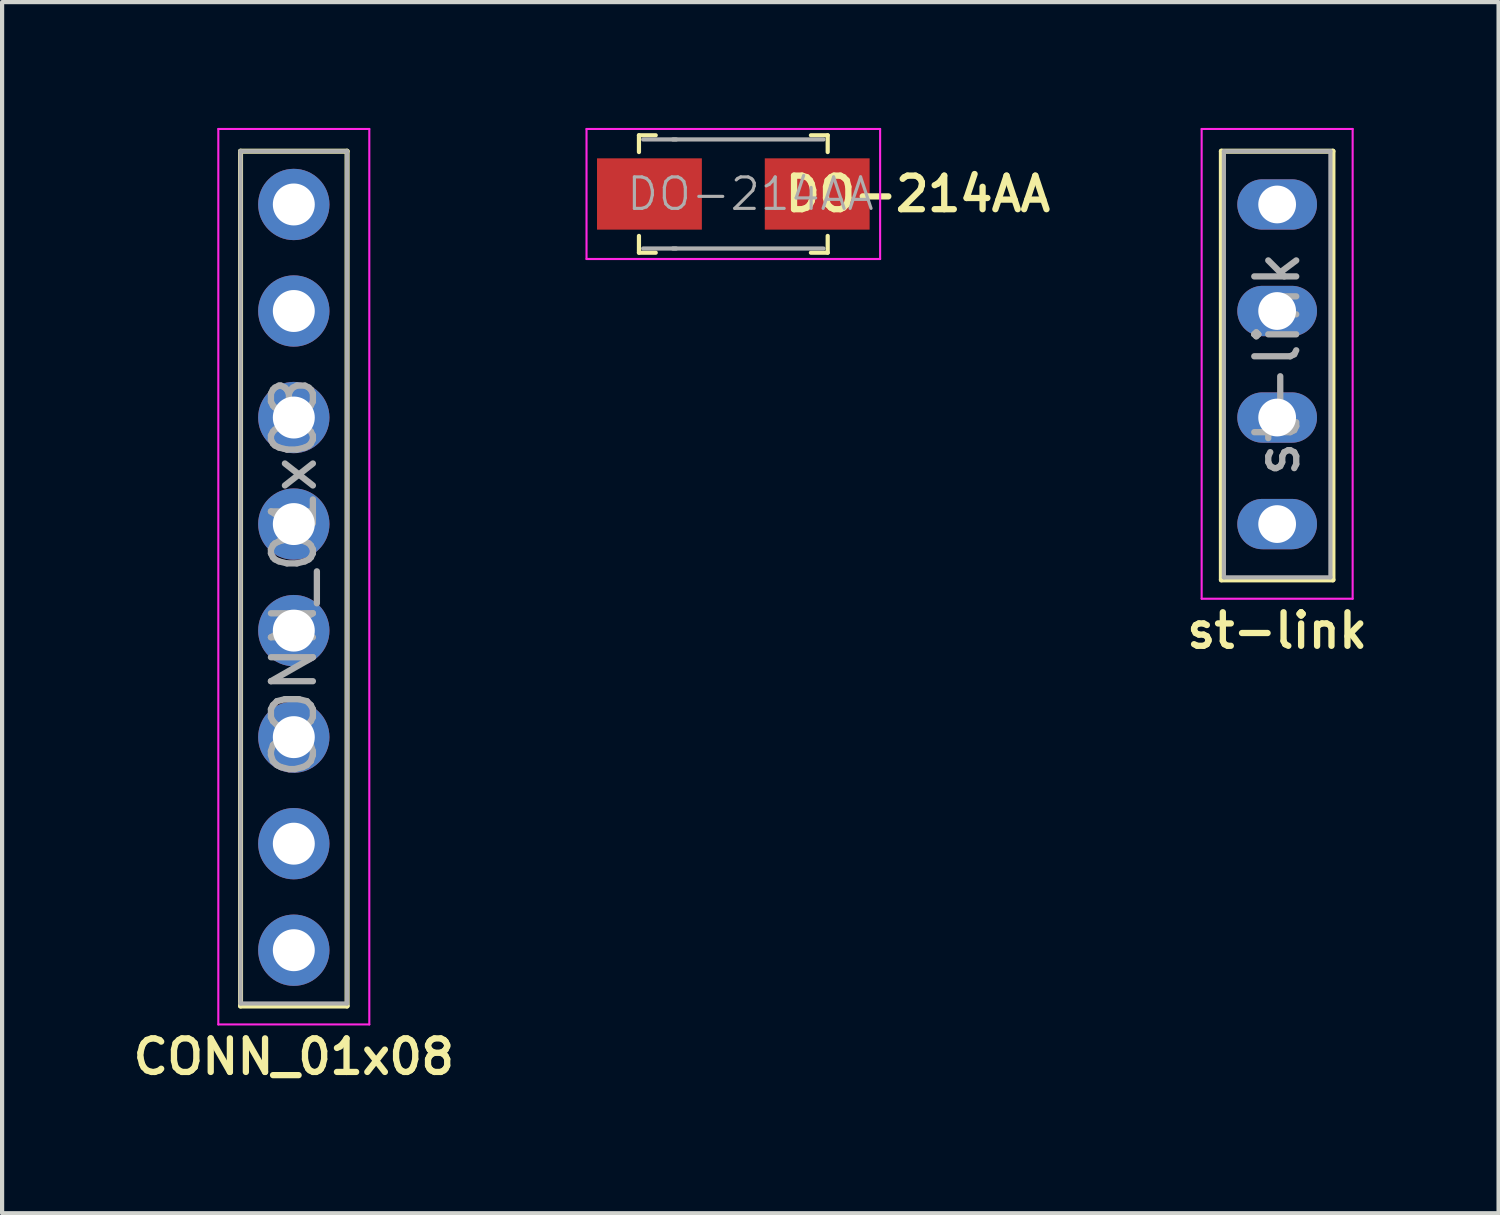
<source format=kicad_pcb>
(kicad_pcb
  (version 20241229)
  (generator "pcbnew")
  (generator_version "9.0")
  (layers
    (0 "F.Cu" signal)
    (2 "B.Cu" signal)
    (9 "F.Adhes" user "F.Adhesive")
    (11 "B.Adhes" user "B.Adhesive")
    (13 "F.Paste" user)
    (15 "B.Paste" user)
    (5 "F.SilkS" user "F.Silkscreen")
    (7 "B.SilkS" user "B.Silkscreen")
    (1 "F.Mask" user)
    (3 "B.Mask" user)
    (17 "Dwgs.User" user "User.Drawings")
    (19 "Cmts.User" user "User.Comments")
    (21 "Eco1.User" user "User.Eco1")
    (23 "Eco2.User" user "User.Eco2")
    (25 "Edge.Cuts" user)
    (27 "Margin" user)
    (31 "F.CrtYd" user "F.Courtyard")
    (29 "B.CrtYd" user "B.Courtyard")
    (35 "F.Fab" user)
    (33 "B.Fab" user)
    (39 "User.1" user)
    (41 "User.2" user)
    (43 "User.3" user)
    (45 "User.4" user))
  (footprint "CONN_01x08"
    (layer "F.Cu")
    (at 3.955 1.825)
    (property "Reference" "CONN_01x08" (at 0 20.32 0) (layer "F.SilkS") (effects (font (size 0.8 0.8) (thickness 0.15))))
    (attr through_hole)
    (fp_line (start -1.27 -1.27) (end -1.27 19.11) (stroke (width 0.12) (type solid)) (layer "F.SilkS"))
    (fp_line (start -1.27 -1.27) (end 1.27 -1.27) (stroke (width 0.12) (type solid)) (layer "F.SilkS"))
    (fp_line (start -1.27 19.11) (end 1.27 19.11) (stroke (width 0.12) (type solid)) (layer "F.SilkS"))
    (fp_line (start 1.27 -1.27) (end 1.27 19.11) (stroke (width 0.12) (type solid)) (layer "F.SilkS"))
    (fp_line (start -1.8 -1.8) (end -1.8 19.55) (stroke (width 0.05) (type solid)) (layer "F.CrtYd"))
    (fp_line (start -1.8 19.55) (end 1.8 19.55) (stroke (width 0.05) (type solid)) (layer "F.CrtYd"))
    (fp_line (start 1.8 -1.8) (end -1.8 -1.8) (stroke (width 0.05) (type solid)) (layer "F.CrtYd"))
    (fp_line (start 1.8 19.55) (end 1.8 -1.8) (stroke (width 0.05) (type solid)) (layer "F.CrtYd"))
    (fp_line (start -1.27 -1.27) (end 1.27 -1.27) (stroke (width 0.1) (type solid)) (layer "F.Fab"))
    (fp_line (start -1.27 19.05) (end -1.27 -1.27) (stroke (width 0.1) (type solid)) (layer "F.Fab"))
    (fp_line (start 1.27 -1.27) (end 1.27 19.05) (stroke (width 0.1) (type solid)) (layer "F.Fab"))
    (fp_line (start 1.27 19.05) (end -1.27 19.05) (stroke (width 0.1) (type solid)) (layer "F.Fab"))
    (fp_text user "${REFERENCE}" (at 0 8.89 90) (layer "F.Fab") (effects (font (size 1 1) (thickness 0.15))))
    (pad "1" thru_hole oval (at 0 0) (size 1.7 1.7) (drill 1) (layers "*.Cu" "*.Mask"))
    (pad "2" thru_hole oval (at 0 2.54) (size 1.7 1.7) (drill 1) (layers "*.Cu" "*.Mask"))
    (pad "3" thru_hole oval (at 0 5.08) (size 1.7 1.7) (drill 1) (layers "*.Cu" "*.Mask"))
    (pad "4" thru_hole oval (at 0 7.62) (size 1.7 1.7) (drill 1) (layers "*.Cu" "*.Mask"))
    (pad "5" thru_hole oval (at 0 10.16) (size 1.7 1.7) (drill 1) (layers "*.Cu" "*.Mask"))
    (pad "6" thru_hole oval (at 0 12.7) (size 1.7 1.7) (drill 1) (layers "*.Cu" "*.Mask"))
    (pad "7" thru_hole oval (at 0 15.24) (size 1.7 1.7) (drill 1) (layers "*.Cu" "*.Mask"))
    (pad "8" thru_hole oval (at 0 17.78) (size 1.7 1.7) (drill 1) (layers "*.Cu" "*.Mask")))
  (footprint "DO-214AA"
    (layer "F.Cu")
    (at 14.434 1.575)
    (property "Reference" "DO-214AA" (at 4.4 0 0) (layer "F.SilkS") (effects (font (size 0.8 0.8) (thickness 0.15))))
    (attr smd)
    (fp_line (start -2.25 -1.4) (end -2.25 -1) (stroke (width 0.1) (type solid)) (layer "F.SilkS"))
    (fp_line (start -2.25 -1.4) (end -1.85 -1.4) (stroke (width 0.1) (type solid)) (layer "F.SilkS"))
    (fp_line (start -2.25 1.4) (end -2.25 1) (stroke (width 0.1) (type solid)) (layer "F.SilkS"))
    (fp_line (start -2.25 1.4) (end -1.85 1.4) (stroke (width 0.1) (type solid)) (layer "F.SilkS"))
    (fp_line (start 2.25 -1.4) (end 1.85 -1.4) (stroke (width 0.1) (type solid)) (layer "F.SilkS"))
    (fp_line (start 2.25 -1.4) (end 2.25 -1) (stroke (width 0.1) (type solid)) (layer "F.SilkS"))
    (fp_line (start 2.25 1.4) (end 1.85 1.4) (stroke (width 0.1) (type solid)) (layer "F.SilkS"))
    (fp_line (start 2.25 1.4) (end 2.25 1) (stroke (width 0.1) (type solid)) (layer "F.SilkS"))
    (fp_line (start -3.5 -1.55) (end -3.5 1.55) (stroke (width 0.05) (type solid)) (layer "F.CrtYd"))
    (fp_line (start -3.5 -1.55) (end 3.5 -1.55) (stroke (width 0.05) (type solid)) (layer "F.CrtYd"))
    (fp_line (start -3.5 1.55) (end 3.5 1.55) (stroke (width 0.05) (type solid)) (layer "F.CrtYd"))
    (fp_line (start 3.5 -1.55) (end 3.5 1.55) (stroke (width 0.05) (type solid)) (layer "F.CrtYd"))
    (fp_line (start -2.15 -1.3) (end 2.15 -1.3) (stroke (width 0.1) (type solid)) (layer "F.Fab"))
    (fp_line (start -2.15 1.3) (end 2.15 1.3) (stroke (width 0.1) (type solid)) (layer "F.Fab"))
    (fp_line (start -1.44 1.3) (end -1.364 1.3) (stroke (width 0.1) (type solid)) (layer "F.Fab"))
    (fp_line (start -1.361 -1.3) (end -1.44 -1.3) (stroke (width 0.1) (type solid)) (layer "F.Fab"))
    (fp_text user "${REFERENCE}" (at 0.409 0 0) (layer "F.Fab") (effects (font (size 0.75 0.75) (thickness 0.075))))
    (pad "A" smd rect (at 2 0) (size 2.5 1.7) (layers "F.Cu" "F.Mask" "F.Paste"))
    (pad "K" smd rect (at -2 0) (size 2.5 1.7) (layers "F.Cu" "F.Mask" "F.Paste")))
  (footprint "st-link"
    (layer "F.Cu")
    (at 27.4 1.825)
    (property "Reference" "st-link" (at 0 10.16 0) (layer "F.SilkS") (effects (font (size 0.8 0.8) (thickness 0.15))))
    (attr through_hole)
    (fp_line (start -1.33 -1.27) (end -1.33 8.95) (stroke (width 0.12) (type solid)) (layer "F.SilkS"))
    (fp_line (start -1.33 -1.27) (end 1.33 -1.27) (stroke (width 0.12) (type solid)) (layer "F.SilkS"))
    (fp_line (start -1.33 8.95) (end 1.33 8.95) (stroke (width 0.12) (type solid)) (layer "F.SilkS"))
    (fp_line (start 1.33 -1.27) (end 1.33 8.95) (stroke (width 0.12) (type solid)) (layer "F.SilkS"))
    (fp_line (start -1.8 -1.8) (end -1.8 9.4) (stroke (width 0.05) (type solid)) (layer "F.CrtYd"))
    (fp_line (start -1.8 9.4) (end 1.8 9.4) (stroke (width 0.05) (type solid)) (layer "F.CrtYd"))
    (fp_line (start 1.8 -1.8) (end -1.8 -1.8) (stroke (width 0.05) (type solid)) (layer "F.CrtYd"))
    (fp_line (start 1.8 9.4) (end 1.8 -1.8) (stroke (width 0.05) (type solid)) (layer "F.CrtYd"))
    (fp_line (start -1.27 -1.27) (end 1.27 -1.27) (stroke (width 0.1) (type solid)) (layer "F.Fab"))
    (fp_line (start -1.27 8.89) (end -1.27 -1.27) (stroke (width 0.1) (type solid)) (layer "F.Fab"))
    (fp_line (start 1.27 -1.27) (end 1.27 8.89) (stroke (width 0.1) (type solid)) (layer "F.Fab"))
    (fp_line (start 1.27 8.89) (end -1.27 8.89) (stroke (width 0.1) (type solid)) (layer "F.Fab"))
    (fp_text user "${REFERENCE}" (at 0 3.81 90) (layer "F.Fab") (effects (font (size 1 1) (thickness 0.15))))
    (pad "1" thru_hole oval (at 0 0) (size 1.9 1.2) (drill 0.9) (layers "*.Cu" "*.Mask"))
    (pad "2" thru_hole oval (at 0 2.54) (size 1.9 1.2) (drill 0.9) (layers "*.Cu" "*.Mask"))
    (pad "3" thru_hole oval (at 0 5.08) (size 1.9 1.2) (drill 0.9) (layers "*.Cu" "*.Mask"))
    (pad "4" thru_hole oval (at 0 7.62) (size 1.9 1.2) (drill 0.9) (layers "*.Cu" "*.Mask")))
  (gr_rect
    (start -3 -3)
    (end 32.679 25.876)
    (stroke (width 0.1) (type default))
    (fill no)
    (layer "Edge.Cuts")))
</source>
